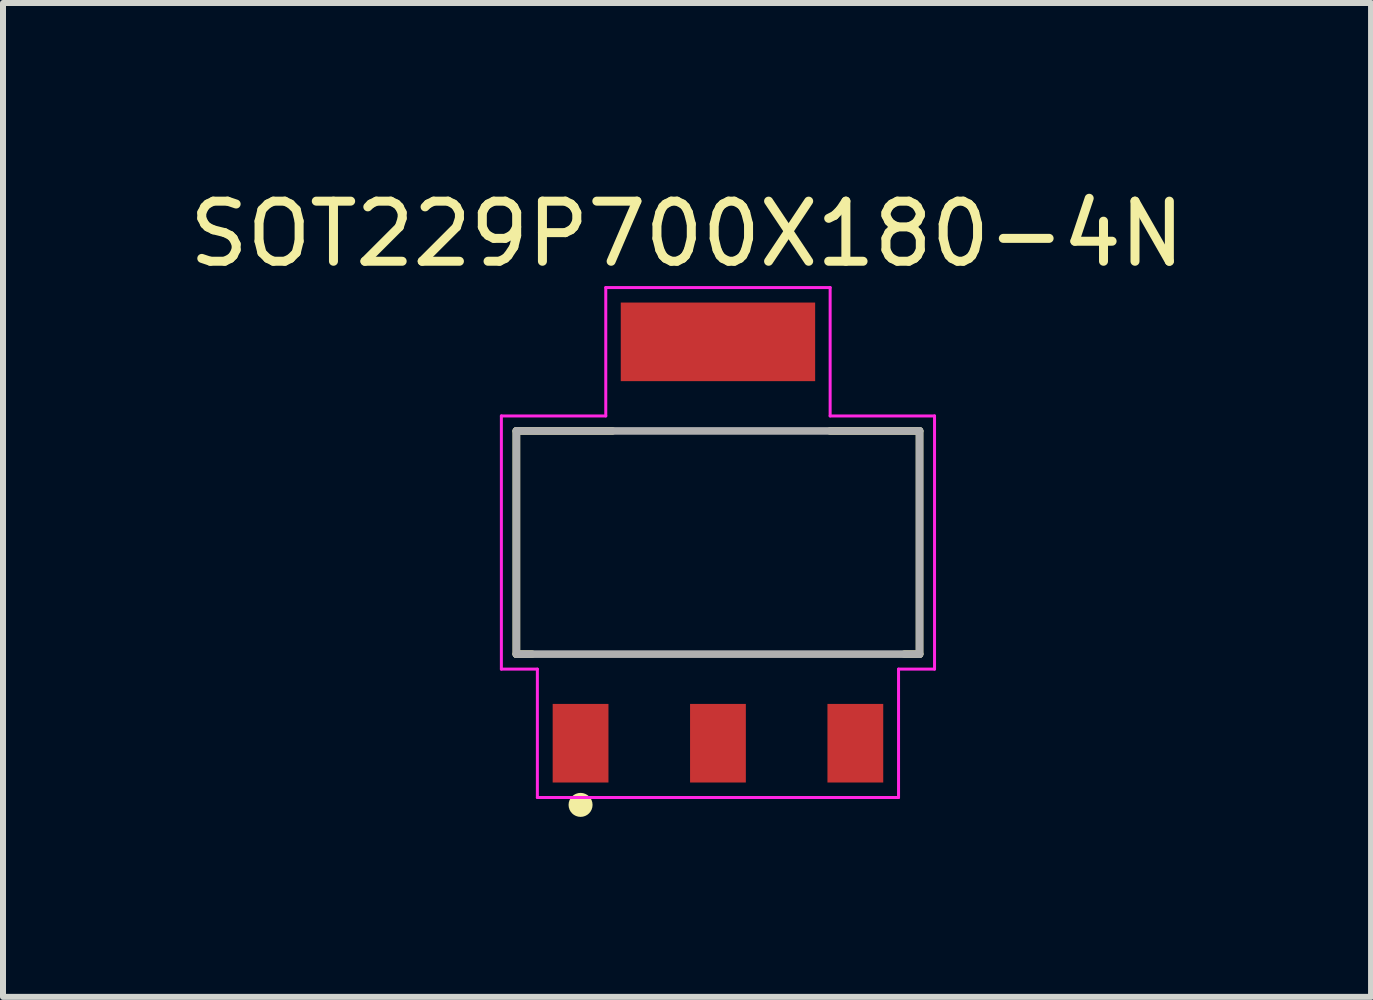
<source format=kicad_pcb>
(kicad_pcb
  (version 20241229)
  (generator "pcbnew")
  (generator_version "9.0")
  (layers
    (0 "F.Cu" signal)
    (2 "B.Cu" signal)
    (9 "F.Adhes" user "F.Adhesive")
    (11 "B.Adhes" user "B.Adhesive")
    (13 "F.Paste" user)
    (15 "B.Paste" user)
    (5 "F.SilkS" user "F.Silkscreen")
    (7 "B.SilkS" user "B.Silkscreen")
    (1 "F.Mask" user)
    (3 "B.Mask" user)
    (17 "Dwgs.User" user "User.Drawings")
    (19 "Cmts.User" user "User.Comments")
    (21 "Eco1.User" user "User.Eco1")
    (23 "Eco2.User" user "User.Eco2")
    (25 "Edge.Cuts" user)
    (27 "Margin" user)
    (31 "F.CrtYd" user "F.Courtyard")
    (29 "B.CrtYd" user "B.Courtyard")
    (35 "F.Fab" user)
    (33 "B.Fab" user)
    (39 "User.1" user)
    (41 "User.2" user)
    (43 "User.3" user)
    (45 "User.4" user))
  (footprint "SOT229P700X180-4N"
    (layer "F.Cu")
    (at 8.917 5.993)
    (property "Reference" "SOT229P700X180-4N" (at -0.516 -5.144 0) (layer "F.SilkS") (effects (font (size 1.002 1.002) (thickness 0.15))))
    (attr through_hole)
    (fp_line (start -3.36 1.86) (end -3.36 -1.86) (stroke (width 0.127) (type solid)) (layer "F.SilkS"))
    (fp_line (start -3.36 1.86) (end -3.1 1.86) (stroke (width 0.127) (type solid)) (layer "F.SilkS"))
    (fp_line (start -1.76 -1.86) (end -3.36 -1.86) (stroke (width 0.127) (type solid)) (layer "F.SilkS"))
    (fp_line (start 3.11 1.86) (end 3.36 1.86) (stroke (width 0.127) (type solid)) (layer "F.SilkS"))
    (fp_line (start 3.36 -1.86) (end 1.87 -1.86) (stroke (width 0.127) (type solid)) (layer "F.SilkS"))
    (fp_line (start 3.36 1.86) (end 3.36 -1.86) (stroke (width 0.127) (type solid)) (layer "F.SilkS"))
    (fp_circle (center -2.29 4.373) (end -2.19 4.373) (stroke (width 0.2) (type solid)) (fill no) (layer "F.SilkS"))
    (fp_line (start -3.61 -2.11) (end -3.61 2.11) (stroke (width 0.05) (type solid)) (layer "F.CrtYd"))
    (fp_line (start -3.61 2.11) (end -3.01 2.11) (stroke (width 0.05) (type solid)) (layer "F.CrtYd"))
    (fp_line (start -3.01 2.11) (end -3.01 4.25) (stroke (width 0.05) (type solid)) (layer "F.CrtYd"))
    (fp_line (start -3.01 4.25) (end 3.01 4.25) (stroke (width 0.05) (type solid)) (layer "F.CrtYd"))
    (fp_line (start -1.87 -4.25) (end -1.87 -2.11) (stroke (width 0.05) (type solid)) (layer "F.CrtYd"))
    (fp_line (start -1.87 -2.11) (end -3.61 -2.11) (stroke (width 0.05) (type solid)) (layer "F.CrtYd"))
    (fp_line (start 1.87 -4.25) (end -1.87 -4.25) (stroke (width 0.05) (type solid)) (layer "F.CrtYd"))
    (fp_line (start 1.87 -2.11) (end 1.87 -4.25) (stroke (width 0.05) (type solid)) (layer "F.CrtYd"))
    (fp_line (start 3.01 2.11) (end 3.61 2.11) (stroke (width 0.05) (type solid)) (layer "F.CrtYd"))
    (fp_line (start 3.01 4.25) (end 3.01 2.11) (stroke (width 0.05) (type solid)) (layer "F.CrtYd"))
    (fp_line (start 3.61 -2.11) (end 1.87 -2.11) (stroke (width 0.05) (type solid)) (layer "F.CrtYd"))
    (fp_line (start 3.61 2.11) (end 3.61 -2.11) (stroke (width 0.05) (type solid)) (layer "F.CrtYd"))
    (fp_line (start -3.36 -1.86) (end 3.36 -1.86) (stroke (width 0.127) (type solid)) (layer "F.Fab"))
    (fp_line (start -3.36 1.86) (end -3.36 -1.86) (stroke (width 0.127) (type solid)) (layer "F.Fab"))
    (fp_line (start 3.36 -1.86) (end 3.36 1.86) (stroke (width 0.127) (type solid)) (layer "F.Fab"))
    (fp_line (start 3.36 1.86) (end -3.36 1.86) (stroke (width 0.127) (type solid)) (layer "F.Fab"))
    (pad "1" smd rect (at -2.29 3.345) (size 0.93 1.31) (layers "F.Cu" "F.Mask" "F.Paste"))
    (pad "2" smd rect (at 0 3.345) (size 0.93 1.31) (layers "F.Cu" "F.Mask" "F.Paste"))
    (pad "3" smd rect (at 2.29 3.345) (size 0.93 1.31) (layers "F.Cu" "F.Mask" "F.Paste"))
    (pad "4" smd rect (at 0 -3.345) (size 3.24 1.31) (layers "F.Cu" "F.Mask" "F.Paste")))
  (gr_rect
    (start -3 -3)
    (end 19.803 13.566)
    (stroke (width 0.1) (type default))
    (fill no)
    (layer "Edge.Cuts")))
</source>
